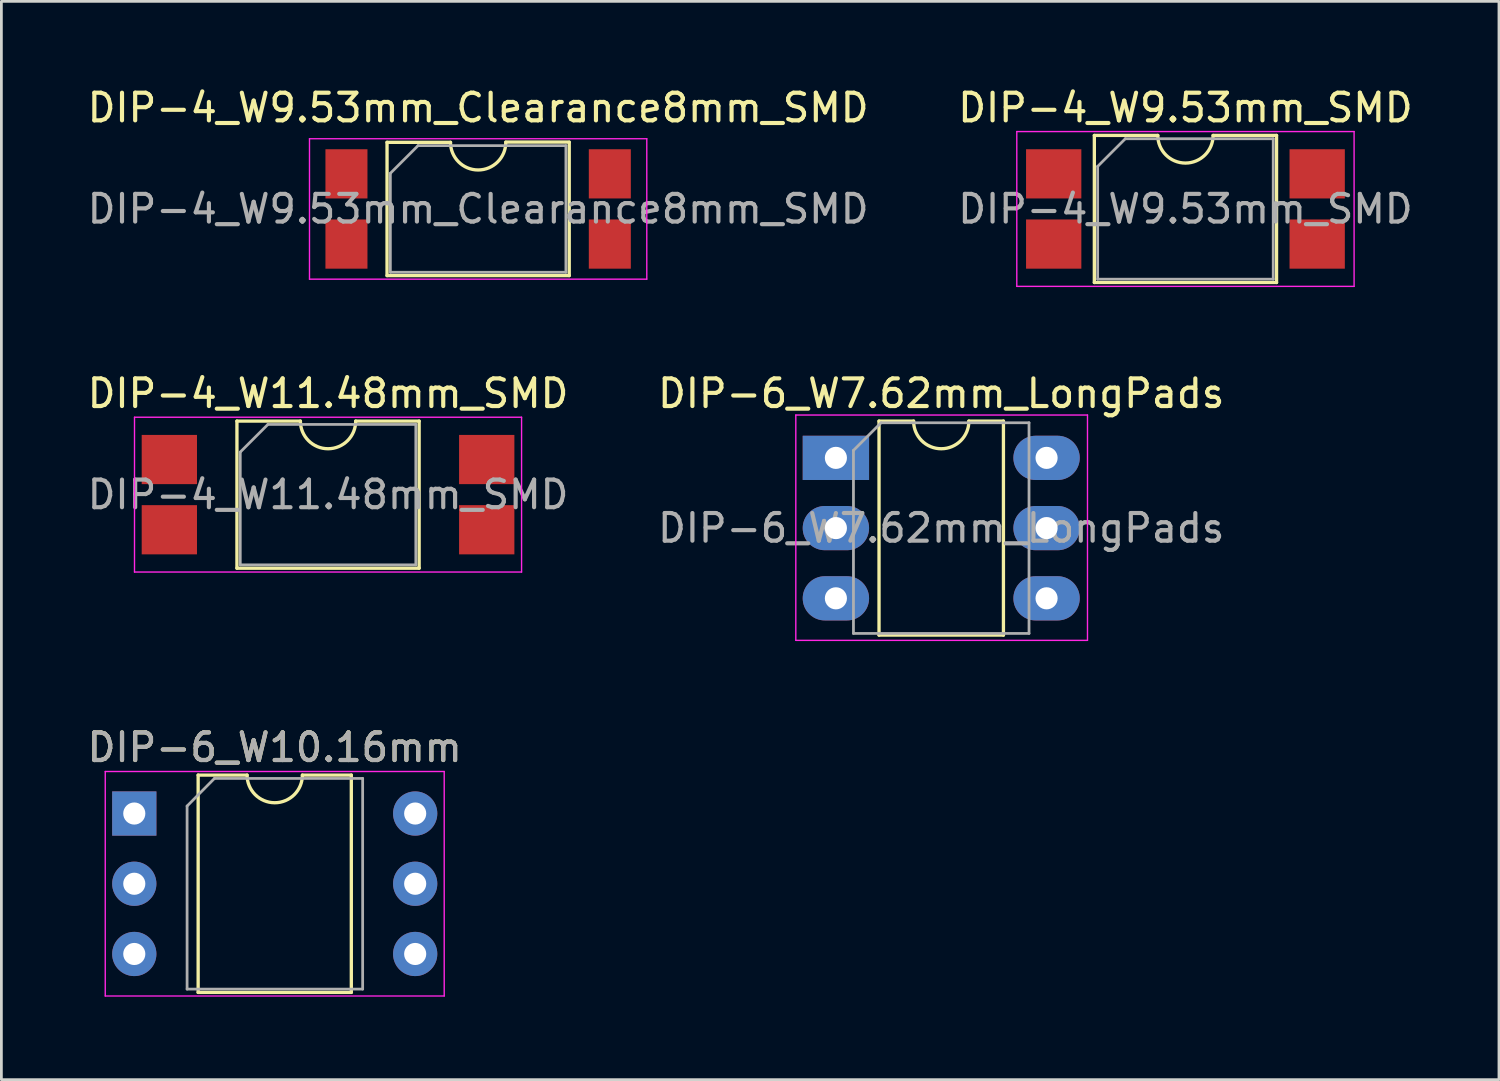
<source format=kicad_pcb>
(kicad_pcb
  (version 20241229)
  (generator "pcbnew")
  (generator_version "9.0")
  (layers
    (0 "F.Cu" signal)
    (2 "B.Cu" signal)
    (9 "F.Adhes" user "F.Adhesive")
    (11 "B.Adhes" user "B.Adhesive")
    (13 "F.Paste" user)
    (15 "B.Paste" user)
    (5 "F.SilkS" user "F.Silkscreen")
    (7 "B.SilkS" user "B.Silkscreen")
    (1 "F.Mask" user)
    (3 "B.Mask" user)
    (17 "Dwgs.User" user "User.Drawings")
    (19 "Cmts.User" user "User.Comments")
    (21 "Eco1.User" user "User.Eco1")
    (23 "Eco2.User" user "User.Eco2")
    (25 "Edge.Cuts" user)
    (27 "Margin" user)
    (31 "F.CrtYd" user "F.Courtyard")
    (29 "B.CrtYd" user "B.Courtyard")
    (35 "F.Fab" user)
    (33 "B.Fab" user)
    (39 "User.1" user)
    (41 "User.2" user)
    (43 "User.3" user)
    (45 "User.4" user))
  (footprint "DIP-6_W7.62mm_LongPads"
    (layer "F.Cu")
    (at 27.184 13.511)
    (property "Reference" "DIP-6_W7.62mm_LongPads" (at 3.81 -2.33 0) (layer "F.SilkS") (effects (font (size 1 1) (thickness 0.15))))
    (attr through_hole)
    (fp_line (start 1.56 -1.33) (end 1.56 6.41) (stroke (width 0.12) (type solid)) (layer "F.SilkS"))
    (fp_line (start 1.56 6.41) (end 6.06 6.41) (stroke (width 0.12) (type solid)) (layer "F.SilkS"))
    (fp_line (start 2.81 -1.33) (end 1.56 -1.33) (stroke (width 0.12) (type solid)) (layer "F.SilkS"))
    (fp_line (start 6.06 -1.33) (end 4.81 -1.33) (stroke (width 0.12) (type solid)) (layer "F.SilkS"))
    (fp_line (start 6.06 6.41) (end 6.06 -1.33) (stroke (width 0.12) (type solid)) (layer "F.SilkS"))
    (fp_arc (start 4.81 -1.33) (mid 3.81 -0.33) (end 2.81 -1.33) (stroke (width 0.12) (type solid)) (layer "F.SilkS"))
    (fp_line (start -1.45 -1.55) (end -1.45 6.6) (stroke (width 0.05) (type solid)) (layer "F.CrtYd"))
    (fp_line (start -1.45 6.6) (end 9.1 6.6) (stroke (width 0.05) (type solid)) (layer "F.CrtYd"))
    (fp_line (start 9.1 -1.55) (end -1.45 -1.55) (stroke (width 0.05) (type solid)) (layer "F.CrtYd"))
    (fp_line (start 9.1 6.6) (end 9.1 -1.55) (stroke (width 0.05) (type solid)) (layer "F.CrtYd"))
    (fp_line (start 0.635 -0.27) (end 1.635 -1.27) (stroke (width 0.1) (type solid)) (layer "F.Fab"))
    (fp_line (start 0.635 6.35) (end 0.635 -0.27) (stroke (width 0.1) (type solid)) (layer "F.Fab"))
    (fp_line (start 1.635 -1.27) (end 6.985 -1.27) (stroke (width 0.1) (type solid)) (layer "F.Fab"))
    (fp_line (start 6.985 -1.27) (end 6.985 6.35) (stroke (width 0.1) (type solid)) (layer "F.Fab"))
    (fp_line (start 6.985 6.35) (end 0.635 6.35) (stroke (width 0.1) (type solid)) (layer "F.Fab"))
    (fp_text user "${REFERENCE}" (at 3.81 2.54 0) (layer "F.Fab") (effects (font (size 1 1) (thickness 0.15))))
    (pad "1" thru_hole rect (at 0 0) (size 2.4 1.6) (drill 0.8) (layers "*.Cu" "*.Mask"))
    (pad "2" thru_hole oval (at 0 2.54) (size 2.4 1.6) (drill 0.8) (layers "*.Cu" "*.Mask"))
    (pad "3" thru_hole oval (at 0 5.08) (size 2.4 1.6) (drill 0.8) (layers "*.Cu" "*.Mask"))
    (pad "4" thru_hole oval (at 7.62 5.08) (size 2.4 1.6) (drill 0.8) (layers "*.Cu" "*.Mask"))
    (pad "5" thru_hole oval (at 7.62 2.54) (size 2.4 1.6) (drill 0.8) (layers "*.Cu" "*.Mask"))
    (pad "6" thru_hole oval (at 7.62 0) (size 2.4 1.6) (drill 0.8) (layers "*.Cu" "*.Mask")))
  (footprint "DIP-6_W10.16mm"
    (layer "F.Cu")
    (at 1.807 26.375)
    (property "Reference" "DIP-6_W10.16mm" (at 5.08 -2.39 0) (layer "F.SilkS") (effects (font (size 1 1) (thickness 0.15))))
    (attr through_hole)
    (fp_line (start 2.31 -1.39) (end 2.31 6.47) (stroke (width 0.12) (type solid)) (layer "F.SilkS"))
    (fp_line (start 2.31 6.47) (end 7.85 6.47) (stroke (width 0.12) (type solid)) (layer "F.SilkS"))
    (fp_line (start 4.08 -1.39) (end 2.31 -1.39) (stroke (width 0.12) (type solid)) (layer "F.SilkS"))
    (fp_line (start 7.85 -1.39) (end 6.08 -1.39) (stroke (width 0.12) (type solid)) (layer "F.SilkS"))
    (fp_line (start 7.85 6.47) (end 7.85 -1.39) (stroke (width 0.12) (type solid)) (layer "F.SilkS"))
    (fp_arc (start 6.08 -1.39) (mid 5.08 -0.39) (end 4.08 -1.39) (stroke (width 0.12) (type solid)) (layer "F.SilkS"))
    (fp_line (start -1.05 -1.52) (end -1.05 6.6) (stroke (width 0.05) (type solid)) (layer "F.CrtYd"))
    (fp_line (start -1.05 -1.52) (end 11.21 -1.52) (stroke (width 0.05) (type solid)) (layer "F.CrtYd"))
    (fp_line (start 11.21 6.6) (end -1.05 6.6) (stroke (width 0.05) (type solid)) (layer "F.CrtYd"))
    (fp_line (start 11.21 6.6) (end 11.21 -1.52) (stroke (width 0.05) (type solid)) (layer "F.CrtYd"))
    (fp_line (start 1.91 -0.27) (end 2.9 -1.27) (stroke (width 0.1) (type solid)) (layer "F.Fab"))
    (fp_line (start 1.91 6.35) (end 1.91 -0.27) (stroke (width 0.1) (type solid)) (layer "F.Fab"))
    (fp_line (start 2.9 -1.27) (end 8.26 -1.27) (stroke (width 0.1) (type solid)) (layer "F.Fab"))
    (fp_line (start 8.26 -1.27) (end 8.26 6.35) (stroke (width 0.1) (type solid)) (layer "F.Fab"))
    (fp_line (start 8.26 6.35) (end 1.91 6.35) (stroke (width 0.1) (type solid)) (layer "F.Fab"))
    (fp_text user "${REFERENCE}" (at 5.08 -2.39 0) (layer "F.Fab") (effects (font (size 1 1) (thickness 0.15))))
    (pad "1" thru_hole rect (at 0 0) (size 1.6 1.6) (drill 0.8) (layers "*.Cu" "*.Mask"))
    (pad "2" thru_hole oval (at 0 2.54) (size 1.6 1.6) (drill 0.8) (layers "*.Cu" "*.Mask"))
    (pad "3" thru_hole oval (at 0 5.08) (size 1.6 1.6) (drill 0.8) (layers "*.Cu" "*.Mask"))
    (pad "4" thru_hole oval (at 10.16 5.08) (size 1.6 1.6) (drill 0.8) (layers "*.Cu" "*.Mask"))
    (pad "5" thru_hole oval (at 10.16 2.54) (size 1.6 1.6) (drill 0.8) (layers "*.Cu" "*.Mask"))
    (pad "6" thru_hole oval (at 10.16 0) (size 1.6 1.6) (drill 0.8) (layers "*.Cu" "*.Mask")))
  (footprint "DIP-4_W11.48mm_SMD"
    (layer "F.Cu")
    (at 8.815 14.841)
    (property "Reference" "DIP-4_W11.48mm_SMD" (at 0 -3.66 0) (layer "F.SilkS") (effects (font (size 1 1) (thickness 0.15))))
    (attr smd)
    (fp_line (start -3.295 -2.66) (end -3.295 2.66) (stroke (width 0.12) (type solid)) (layer "F.SilkS"))
    (fp_line (start -3.295 2.66) (end 3.295 2.66) (stroke (width 0.12) (type solid)) (layer "F.SilkS"))
    (fp_line (start -1 -2.66) (end -3.295 -2.66) (stroke (width 0.12) (type solid)) (layer "F.SilkS"))
    (fp_line (start 3.295 -2.66) (end 1 -2.66) (stroke (width 0.12) (type solid)) (layer "F.SilkS"))
    (fp_line (start 3.295 2.66) (end 3.295 -2.66) (stroke (width 0.12) (type solid)) (layer "F.SilkS"))
    (fp_arc (start 1 -2.66) (mid 0 -1.66) (end -1 -2.66) (stroke (width 0.12) (type solid)) (layer "F.SilkS"))
    (fp_line (start -7 -2.8) (end -7 2.8) (stroke (width 0.05) (type solid)) (layer "F.CrtYd"))
    (fp_line (start -7 2.8) (end 7 2.8) (stroke (width 0.05) (type solid)) (layer "F.CrtYd"))
    (fp_line (start 7 -2.8) (end -7 -2.8) (stroke (width 0.05) (type solid)) (layer "F.CrtYd"))
    (fp_line (start 7 2.8) (end 7 -2.8) (stroke (width 0.05) (type solid)) (layer "F.CrtYd"))
    (fp_line (start -3.175 -1.54) (end -2.175 -2.54) (stroke (width 0.1) (type solid)) (layer "F.Fab"))
    (fp_line (start -3.175 2.54) (end -3.175 -1.54) (stroke (width 0.1) (type solid)) (layer "F.Fab"))
    (fp_line (start -2.175 -2.54) (end 3.175 -2.54) (stroke (width 0.1) (type solid)) (layer "F.Fab"))
    (fp_line (start 3.175 -2.54) (end 3.175 2.54) (stroke (width 0.1) (type solid)) (layer "F.Fab"))
    (fp_line (start 3.175 2.54) (end -3.175 2.54) (stroke (width 0.1) (type solid)) (layer "F.Fab"))
    (fp_text user "${REFERENCE}" (at 0 0 0) (layer "F.Fab") (effects (font (size 1 1) (thickness 0.15))))
    (pad "1" smd rect (at -5.74 -1.27) (size 2 1.78) (layers "F.Cu" "F.Mask" "F.Paste"))
    (pad "2" smd rect (at -5.74 1.27) (size 2 1.78) (layers "F.Cu" "F.Mask" "F.Paste"))
    (pad "3" smd rect (at 5.74 1.27) (size 2 1.78) (layers "F.Cu" "F.Mask" "F.Paste"))
    (pad "4" smd rect (at 5.74 -1.27) (size 2 1.78) (layers "F.Cu" "F.Mask" "F.Paste")))
  (footprint "DIP-4_W9.53mm_Clearance8mm_SMD"
    (layer "F.Cu")
    (at 14.244 4.508)
    (property "Reference" "DIP-4_W9.53mm_Clearance8mm_SMD" (at 0 -3.66 0) (layer "F.SilkS") (effects (font (size 1 1) (thickness 0.15))))
    (attr smd)
    (fp_line (start -3.295 -2.41) (end -3.295 2.41) (stroke (width 0.12) (type solid)) (layer "F.SilkS"))
    (fp_line (start -3.295 2.41) (end 3.295 2.41) (stroke (width 0.12) (type solid)) (layer "F.SilkS"))
    (fp_line (start -1 -2.41) (end -3.295 -2.41) (stroke (width 0.12) (type solid)) (layer "F.SilkS"))
    (fp_line (start 3.295 -2.42) (end 1 -2.42) (stroke (width 0.12) (type solid)) (layer "F.SilkS"))
    (fp_line (start 3.295 2.41) (end 3.295 -2.41) (stroke (width 0.12) (type solid)) (layer "F.SilkS"))
    (fp_arc (start 1 -2.41) (mid 0 -1.41) (end -1 -2.41) (stroke (width 0.12) (type solid)) (layer "F.SilkS"))
    (fp_line (start -6.1 -2.54) (end -6.1 2.54) (stroke (width 0.05) (type solid)) (layer "F.CrtYd"))
    (fp_line (start -6.1 2.54) (end 6.1 2.54) (stroke (width 0.05) (type solid)) (layer "F.CrtYd"))
    (fp_line (start 6.1 -2.54) (end -6.1 -2.54) (stroke (width 0.05) (type solid)) (layer "F.CrtYd"))
    (fp_line (start 6.1 2.54) (end 6.1 -2.54) (stroke (width 0.05) (type solid)) (layer "F.CrtYd"))
    (fp_line (start -3.175 -1.29) (end -2.175 -2.29) (stroke (width 0.1) (type solid)) (layer "F.Fab"))
    (fp_line (start -3.175 2.29) (end -3.175 -1.29) (stroke (width 0.1) (type solid)) (layer "F.Fab"))
    (fp_line (start -2.175 -2.29) (end 3.175 -2.29) (stroke (width 0.1) (type solid)) (layer "F.Fab"))
    (fp_line (start 3.175 -2.29) (end 3.175 2.29) (stroke (width 0.1) (type solid)) (layer "F.Fab"))
    (fp_line (start 3.175 2.29) (end -3.175 2.29) (stroke (width 0.1) (type solid)) (layer "F.Fab"))
    (fp_text user "${REFERENCE}" (at 0 0 0) (layer "F.Fab") (effects (font (size 1 1) (thickness 0.15))))
    (pad "1" smd rect (at -4.763 -1.27) (size 1.52 1.78) (layers "F.Cu" "F.Mask" "F.Paste"))
    (pad "2" smd rect (at -4.763 1.27) (size 1.52 1.78) (layers "F.Cu" "F.Mask" "F.Paste"))
    (pad "3" smd rect (at 4.763 1.27) (size 1.52 1.78) (layers "F.Cu" "F.Mask" "F.Paste"))
    (pad "4" smd rect (at 4.763 -1.27) (size 1.52 1.78) (layers "F.Cu" "F.Mask" "F.Paste")))
  (footprint "DIP-4_W9.53mm_SMD"
    (layer "F.Cu")
    (at 39.827 4.508)
    (property "Reference" "DIP-4_W9.53mm_SMD" (at 0 -3.66 0) (layer "F.SilkS") (effects (font (size 1 1) (thickness 0.15))))
    (attr smd)
    (fp_line (start -3.295 -2.66) (end -3.295 2.66) (stroke (width 0.12) (type solid)) (layer "F.SilkS"))
    (fp_line (start -3.295 2.66) (end 3.295 2.66) (stroke (width 0.12) (type solid)) (layer "F.SilkS"))
    (fp_line (start -1 -2.66) (end -3.295 -2.66) (stroke (width 0.12) (type solid)) (layer "F.SilkS"))
    (fp_line (start 3.295 -2.66) (end 1 -2.66) (stroke (width 0.12) (type solid)) (layer "F.SilkS"))
    (fp_line (start 3.295 2.66) (end 3.295 -2.66) (stroke (width 0.12) (type solid)) (layer "F.SilkS"))
    (fp_arc (start 1 -2.66) (mid 0 -1.66) (end -1 -2.66) (stroke (width 0.12) (type solid)) (layer "F.SilkS"))
    (fp_line (start -6.1 -2.8) (end -6.1 2.8) (stroke (width 0.05) (type solid)) (layer "F.CrtYd"))
    (fp_line (start -6.1 2.8) (end 6.1 2.8) (stroke (width 0.05) (type solid)) (layer "F.CrtYd"))
    (fp_line (start 6.1 -2.8) (end -6.1 -2.8) (stroke (width 0.05) (type solid)) (layer "F.CrtYd"))
    (fp_line (start 6.1 2.8) (end 6.1 -2.8) (stroke (width 0.05) (type solid)) (layer "F.CrtYd"))
    (fp_line (start -3.175 -1.54) (end -2.175 -2.54) (stroke (width 0.1) (type solid)) (layer "F.Fab"))
    (fp_line (start -3.175 2.54) (end -3.175 -1.54) (stroke (width 0.1) (type solid)) (layer "F.Fab"))
    (fp_line (start -2.175 -2.54) (end 3.175 -2.54) (stroke (width 0.1) (type solid)) (layer "F.Fab"))
    (fp_line (start 3.175 -2.54) (end 3.175 2.54) (stroke (width 0.1) (type solid)) (layer "F.Fab"))
    (fp_line (start 3.175 2.54) (end -3.175 2.54) (stroke (width 0.1) (type solid)) (layer "F.Fab"))
    (fp_text user "${REFERENCE}" (at 0 0 0) (layer "F.Fab") (effects (font (size 1 1) (thickness 0.15))))
    (pad "1" smd rect (at -4.765 -1.27) (size 2 1.78) (layers "F.Cu" "F.Mask" "F.Paste"))
    (pad "2" smd rect (at -4.765 1.27) (size 2 1.78) (layers "F.Cu" "F.Mask" "F.Paste"))
    (pad "3" smd rect (at 4.765 1.27) (size 2 1.78) (layers "F.Cu" "F.Mask" "F.Paste"))
    (pad "4" smd rect (at 4.765 -1.27) (size 2 1.78) (layers "F.Cu" "F.Mask" "F.Paste")))
  (gr_rect
    (start -3 -3)
    (end 51.167 36)
    (stroke (width 0.1) (type default))
    (fill no)
    (layer "Edge.Cuts")))
</source>
